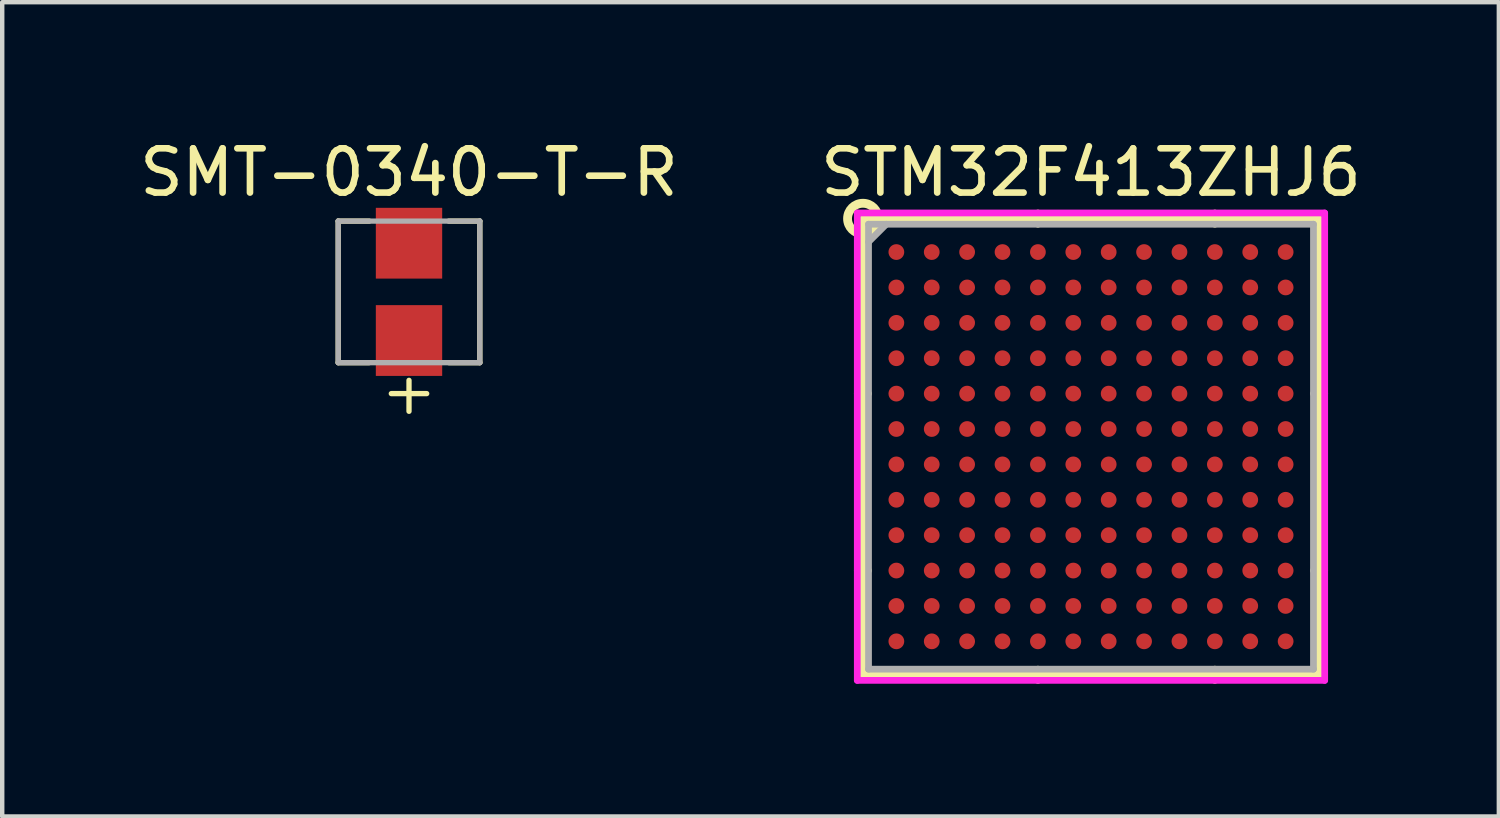
<source format=kicad_pcb>
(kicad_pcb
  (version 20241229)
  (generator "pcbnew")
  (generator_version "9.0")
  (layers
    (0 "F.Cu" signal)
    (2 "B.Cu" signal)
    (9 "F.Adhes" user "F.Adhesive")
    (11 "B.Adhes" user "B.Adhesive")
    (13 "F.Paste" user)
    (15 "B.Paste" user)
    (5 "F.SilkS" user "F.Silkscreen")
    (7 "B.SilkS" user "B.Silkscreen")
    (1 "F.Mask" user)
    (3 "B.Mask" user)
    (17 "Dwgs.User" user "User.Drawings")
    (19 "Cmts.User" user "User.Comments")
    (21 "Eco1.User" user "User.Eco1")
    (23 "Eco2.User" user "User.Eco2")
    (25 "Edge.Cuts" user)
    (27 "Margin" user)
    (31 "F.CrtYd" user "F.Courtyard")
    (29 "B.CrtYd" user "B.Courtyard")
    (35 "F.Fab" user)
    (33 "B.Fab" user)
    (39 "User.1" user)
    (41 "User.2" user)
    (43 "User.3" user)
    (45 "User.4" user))
  (footprint "SMT-0340-T-R"
    (layer "F.Cu")
    (at 6.196 3.548)
    (property "Reference" "SMT-0340-T-R" (at 0 -2.7 0) (layer "F.SilkS") (effects (font (size 1 1) (thickness 0.15))))
    (attr through_hole)
    (fp_line (start -1.6 -1.6) (end -1.6 1.6) (stroke (width 0.12) (type solid)) (layer "F.SilkS"))
    (fp_line (start -1.6 1.6) (end -0.9 1.6) (stroke (width 0.12) (type solid)) (layer "F.SilkS"))
    (fp_line (start -0.9 -1.6) (end -1.6 -1.6) (stroke (width 0.12) (type solid)) (layer "F.SilkS"))
    (fp_line (start -0.4 2.3) (end 0.4 2.3) (stroke (width 0.12) (type solid)) (layer "F.SilkS"))
    (fp_line (start 0 2.7) (end 0 2) (stroke (width 0.12) (type solid)) (layer "F.SilkS"))
    (fp_line (start 0.9 1.6) (end 1.6 1.6) (stroke (width 0.12) (type solid)) (layer "F.SilkS"))
    (fp_line (start 1.6 -1.6) (end 0.9 -1.6) (stroke (width 0.12) (type solid)) (layer "F.SilkS"))
    (fp_line (start 1.6 1.6) (end 1.6 -1.6) (stroke (width 0.12) (type solid)) (layer "F.SilkS"))
    (fp_line (start -1.6 -1.6) (end -1.6 1.6) (stroke (width 0.12) (type solid)) (layer "F.Fab"))
    (fp_line (start -1.6 1.6) (end 1.6 1.6) (stroke (width 0.12) (type solid)) (layer "F.Fab"))
    (fp_line (start 1.6 -1.6) (end -1.6 -1.6) (stroke (width 0.12) (type solid)) (layer "F.Fab"))
    (fp_line (start 1.6 1.6) (end 1.6 -1.6) (stroke (width 0.12) (type solid)) (layer "F.Fab"))
    (pad "1" smd rect (at 0 1.1) (size 1.5 1.6) (layers "F.Cu" "F.Mask" "F.Paste"))
    (pad "2" smd rect (at 0 -1.1) (size 1.5 1.6) (layers "F.Cu" "F.Mask" "F.Paste")))
  (footprint "STM32F413ZHJ6"
    (layer "F.Cu")
    (at 21.613 7.048)
    (property "Reference" "STM32F413ZHJ6" (at 0 -6.2 0) (layer "F.SilkS") (effects (font (size 1 1) (thickness 0.15))))
    (attr through_hole)
    (fp_line (start -5.156 -5.156) (end -5.156 5.156) (stroke (width 0.152) (type solid)) (layer "F.SilkS"))
    (fp_line (start -5.156 5.156) (end 5.156 5.156) (stroke (width 0.152) (type solid)) (layer "F.SilkS"))
    (fp_line (start -5.029 -1.2) (end -5.283 -1.2) (stroke (width 0.152) (type solid)) (layer "F.SilkS"))
    (fp_line (start -5.029 2.8) (end -5.283 2.8) (stroke (width 0.152) (type solid)) (layer "F.SilkS"))
    (fp_line (start -1.2 -5.029) (end -1.2 -5.283) (stroke (width 0.152) (type solid)) (layer "F.SilkS"))
    (fp_line (start -1.2 5.029) (end -1.2 5.283) (stroke (width 0.152) (type solid)) (layer "F.SilkS"))
    (fp_line (start 2.8 -5.029) (end 2.8 -5.283) (stroke (width 0.152) (type solid)) (layer "F.SilkS"))
    (fp_line (start 2.8 5.029) (end 2.8 5.283) (stroke (width 0.152) (type solid)) (layer "F.SilkS"))
    (fp_line (start 5.029 -1.2) (end 5.283 -1.2) (stroke (width 0.152) (type solid)) (layer "F.SilkS"))
    (fp_line (start 5.029 2.8) (end 5.283 2.8) (stroke (width 0.152) (type solid)) (layer "F.SilkS"))
    (fp_line (start 5.156 -5.156) (end -5.156 -5.156) (stroke (width 0.152) (type solid)) (layer "F.SilkS"))
    (fp_line (start 5.156 5.156) (end 5.156 -5.156) (stroke (width 0.152) (type solid)) (layer "F.SilkS"))
    (fp_circle (center -5.156 -5.156) (end -4.809 -5.156) (stroke (width 0.2) (type solid)) (fill no) (layer "F.SilkS"))
    (fp_line (start -5.283 -5.283) (end 5.283 -5.283) (stroke (width 0.152) (type solid)) (layer "F.CrtYd"))
    (fp_line (start -5.283 5.283) (end -5.283 -5.283) (stroke (width 0.152) (type solid)) (layer "F.CrtYd"))
    (fp_line (start 5.283 -5.283) (end 5.283 5.283) (stroke (width 0.152) (type solid)) (layer "F.CrtYd"))
    (fp_line (start 5.283 5.283) (end -5.283 5.283) (stroke (width 0.152) (type solid)) (layer "F.CrtYd"))
    (fp_line (start -5.029 -5.029) (end -5.029 5.029) (stroke (width 0.152) (type solid)) (layer "F.Fab"))
    (fp_line (start -5.029 5.029) (end 5.029 5.029) (stroke (width 0.152) (type solid)) (layer "F.Fab"))
    (fp_line (start -4.629 -5.029) (end -5.029 -4.629) (stroke (width 0.152) (type solid)) (layer "F.Fab"))
    (fp_line (start 5.029 -5.029) (end -5.029 -5.029) (stroke (width 0.152) (type solid)) (layer "F.Fab"))
    (fp_line (start 5.029 5.029) (end 5.029 -5.029) (stroke (width 0.152) (type solid)) (layer "F.Fab"))
    (pad "A1" smd circle (at -4.4 -4.4) (size 0.356 0.356) (layers "F.Cu" "F.Mask" "F.Paste"))
    (pad "A2" smd circle (at -3.6 -4.4) (size 0.356 0.356) (layers "F.Cu" "F.Mask" "F.Paste"))
    (pad "A3" smd circle (at -2.8 -4.4) (size 0.356 0.356) (layers "F.Cu" "F.Mask" "F.Paste"))
    (pad "A4" smd circle (at -2 -4.4) (size 0.356 0.356) (layers "F.Cu" "F.Mask" "F.Paste"))
    (pad "A5" smd circle (at -1.2 -4.4) (size 0.356 0.356) (layers "F.Cu" "F.Mask" "F.Paste"))
    (pad "A6" smd circle (at -0.4 -4.4) (size 0.356 0.356) (layers "F.Cu" "F.Mask" "F.Paste"))
    (pad "A7" smd circle (at 0.4 -4.4) (size 0.356 0.356) (layers "F.Cu" "F.Mask" "F.Paste"))
    (pad "A8" smd circle (at 1.2 -4.4) (size 0.356 0.356) (layers "F.Cu" "F.Mask" "F.Paste"))
    (pad "A9" smd circle (at 2 -4.4) (size 0.356 0.356) (layers "F.Cu" "F.Mask" "F.Paste"))
    (pad "A10" smd circle (at 2.8 -4.4) (size 0.356 0.356) (layers "F.Cu" "F.Mask" "F.Paste"))
    (pad "A11" smd circle (at 3.6 -4.4) (size 0.356 0.356) (layers "F.Cu" "F.Mask" "F.Paste"))
    (pad "A12" smd circle (at 4.4 -4.4) (size 0.356 0.356) (layers "F.Cu" "F.Mask" "F.Paste"))
    (pad "B1" smd circle (at -4.4 -3.6) (size 0.356 0.356) (layers "F.Cu" "F.Mask" "F.Paste"))
    (pad "B2" smd circle (at -3.6 -3.6) (size 0.356 0.356) (layers "F.Cu" "F.Mask" "F.Paste"))
    (pad "B3" smd circle (at -2.8 -3.6) (size 0.356 0.356) (layers "F.Cu" "F.Mask" "F.Paste"))
    (pad "B4" smd circle (at -2 -3.6) (size 0.356 0.356) (layers "F.Cu" "F.Mask" "F.Paste"))
    (pad "B5" smd circle (at -1.2 -3.6) (size 0.356 0.356) (layers "F.Cu" "F.Mask" "F.Paste"))
    (pad "B6" smd circle (at -0.4 -3.6) (size 0.356 0.356) (layers "F.Cu" "F.Mask" "F.Paste"))
    (pad "B7" smd circle (at 0.4 -3.6) (size 0.356 0.356) (layers "F.Cu" "F.Mask" "F.Paste"))
    (pad "B8" smd circle (at 1.2 -3.6) (size 0.356 0.356) (layers "F.Cu" "F.Mask" "F.Paste"))
    (pad "B9" smd circle (at 2 -3.6) (size 0.356 0.356) (layers "F.Cu" "F.Mask" "F.Paste"))
    (pad "B10" smd circle (at 2.8 -3.6) (size 0.356 0.356) (layers "F.Cu" "F.Mask" "F.Paste"))
    (pad "B11" smd circle (at 3.6 -3.6) (size 0.356 0.356) (layers "F.Cu" "F.Mask" "F.Paste"))
    (pad "B12" smd circle (at 4.4 -3.6) (size 0.356 0.356) (layers "F.Cu" "F.Mask" "F.Paste"))
    (pad "C1" smd circle (at -4.4 -2.8) (size 0.356 0.356) (layers "F.Cu" "F.Mask" "F.Paste"))
    (pad "C2" smd circle (at -3.6 -2.8) (size 0.356 0.356) (layers "F.Cu" "F.Mask" "F.Paste"))
    (pad "C3" smd circle (at -2.8 -2.8) (size 0.356 0.356) (layers "F.Cu" "F.Mask" "F.Paste"))
    (pad "C4" smd circle (at -2 -2.8) (size 0.356 0.356) (layers "F.Cu" "F.Mask" "F.Paste"))
    (pad "C5" smd circle (at -1.2 -2.8) (size 0.356 0.356) (layers "F.Cu" "F.Mask" "F.Paste"))
    (pad "C6" smd circle (at -0.4 -2.8) (size 0.356 0.356) (layers "F.Cu" "F.Mask" "F.Paste"))
    (pad "C7" smd circle (at 0.4 -2.8) (size 0.356 0.356) (layers "F.Cu" "F.Mask" "F.Paste"))
    (pad "C8" smd circle (at 1.2 -2.8) (size 0.356 0.356) (layers "F.Cu" "F.Mask" "F.Paste"))
    (pad "C9" smd circle (at 2 -2.8) (size 0.356 0.356) (layers "F.Cu" "F.Mask" "F.Paste"))
    (pad "C10" smd circle (at 2.8 -2.8) (size 0.356 0.356) (layers "F.Cu" "F.Mask" "F.Paste"))
    (pad "C11" smd circle (at 3.6 -2.8) (size 0.356 0.356) (layers "F.Cu" "F.Mask" "F.Paste"))
    (pad "C12" smd circle (at 4.4 -2.8) (size 0.356 0.356) (layers "F.Cu" "F.Mask" "F.Paste"))
    (pad "D1" smd circle (at -4.4 -2) (size 0.356 0.356) (layers "F.Cu" "F.Mask" "F.Paste"))
    (pad "D2" smd circle (at -3.6 -2) (size 0.356 0.356) (layers "F.Cu" "F.Mask" "F.Paste"))
    (pad "D3" smd circle (at -2.8 -2) (size 0.356 0.356) (layers "F.Cu" "F.Mask" "F.Paste"))
    (pad "D4" smd circle (at -2 -2) (size 0.356 0.356) (layers "F.Cu" "F.Mask" "F.Paste"))
    (pad "D5" smd circle (at -1.2 -2) (size 0.356 0.356) (layers "F.Cu" "F.Mask" "F.Paste"))
    (pad "D6" smd circle (at -0.4 -2) (size 0.356 0.356) (layers "F.Cu" "F.Mask" "F.Paste"))
    (pad "D7" smd circle (at 0.4 -2) (size 0.356 0.356) (layers "F.Cu" "F.Mask" "F.Paste"))
    (pad "D8" smd circle (at 1.2 -2) (size 0.356 0.356) (layers "F.Cu" "F.Mask" "F.Paste"))
    (pad "D9" smd circle (at 2 -2) (size 0.356 0.356) (layers "F.Cu" "F.Mask" "F.Paste"))
    (pad "D10" smd circle (at 2.8 -2) (size 0.356 0.356) (layers "F.Cu" "F.Mask" "F.Paste"))
    (pad "D11" smd circle (at 3.6 -2) (size 0.356 0.356) (layers "F.Cu" "F.Mask" "F.Paste"))
    (pad "D12" smd circle (at 4.4 -2) (size 0.356 0.356) (layers "F.Cu" "F.Mask" "F.Paste"))
    (pad "E1" smd circle (at -4.4 -1.2) (size 0.356 0.356) (layers "F.Cu" "F.Mask" "F.Paste"))
    (pad "E2" smd circle (at -3.6 -1.2) (size 0.356 0.356) (layers "F.Cu" "F.Mask" "F.Paste"))
    (pad "E3" smd circle (at -2.8 -1.2) (size 0.356 0.356) (layers "F.Cu" "F.Mask" "F.Paste"))
    (pad "E4" smd circle (at -2 -1.2) (size 0.356 0.356) (layers "F.Cu" "F.Mask" "F.Paste"))
    (pad "E5" smd circle (at -1.2 -1.2) (size 0.356 0.356) (layers "F.Cu" "F.Mask" "F.Paste"))
    (pad "E6" smd circle (at -0.4 -1.2) (size 0.356 0.356) (layers "F.Cu" "F.Mask" "F.Paste"))
    (pad "E7" smd circle (at 0.4 -1.2) (size 0.356 0.356) (layers "F.Cu" "F.Mask" "F.Paste"))
    (pad "E8" smd circle (at 1.2 -1.2) (size 0.356 0.356) (layers "F.Cu" "F.Mask" "F.Paste"))
    (pad "E9" smd circle (at 2 -1.2) (size 0.356 0.356) (layers "F.Cu" "F.Mask" "F.Paste"))
    (pad "E10" smd circle (at 2.8 -1.2) (size 0.356 0.356) (layers "F.Cu" "F.Mask" "F.Paste"))
    (pad "E11" smd circle (at 3.6 -1.2) (size 0.356 0.356) (layers "F.Cu" "F.Mask" "F.Paste"))
    (pad "E12" smd circle (at 4.4 -1.2) (size 0.356 0.356) (layers "F.Cu" "F.Mask" "F.Paste"))
    (pad "F1" smd circle (at -4.4 -0.4) (size 0.356 0.356) (layers "F.Cu" "F.Mask" "F.Paste"))
    (pad "F2" smd circle (at -3.6 -0.4) (size 0.356 0.356) (layers "F.Cu" "F.Mask" "F.Paste"))
    (pad "F3" smd circle (at -2.8 -0.4) (size 0.356 0.356) (layers "F.Cu" "F.Mask" "F.Paste"))
    (pad "F4" smd circle (at -2 -0.4) (size 0.356 0.356) (layers "F.Cu" "F.Mask" "F.Paste"))
    (pad "F5" smd circle (at -1.2 -0.4) (size 0.356 0.356) (layers "F.Cu" "F.Mask" "F.Paste"))
    (pad "F6" smd circle (at -0.4 -0.4) (size 0.356 0.356) (layers "F.Cu" "F.Mask" "F.Paste"))
    (pad "F7" smd circle (at 0.4 -0.4) (size 0.356 0.356) (layers "F.Cu" "F.Mask" "F.Paste"))
    (pad "F8" smd circle (at 1.2 -0.4) (size 0.356 0.356) (layers "F.Cu" "F.Mask" "F.Paste"))
    (pad "F9" smd circle (at 2 -0.4) (size 0.356 0.356) (layers "F.Cu" "F.Mask" "F.Paste"))
    (pad "F10" smd circle (at 2.8 -0.4) (size 0.356 0.356) (layers "F.Cu" "F.Mask" "F.Paste"))
    (pad "F11" smd circle (at 3.6 -0.4) (size 0.356 0.356) (layers "F.Cu" "F.Mask" "F.Paste"))
    (pad "F12" smd circle (at 4.4 -0.4) (size 0.356 0.356) (layers "F.Cu" "F.Mask" "F.Paste"))
    (pad "G1" smd circle (at -4.4 0.4) (size 0.356 0.356) (layers "F.Cu" "F.Mask" "F.Paste"))
    (pad "G2" smd circle (at -3.6 0.4) (size 0.356 0.356) (layers "F.Cu" "F.Mask" "F.Paste"))
    (pad "G3" smd circle (at -2.8 0.4) (size 0.356 0.356) (layers "F.Cu" "F.Mask" "F.Paste"))
    (pad "G4" smd circle (at -2 0.4) (size 0.356 0.356) (layers "F.Cu" "F.Mask" "F.Paste"))
    (pad "G5" smd circle (at -1.2 0.4) (size 0.356 0.356) (layers "F.Cu" "F.Mask" "F.Paste"))
    (pad "G6" smd circle (at -0.4 0.4) (size 0.356 0.356) (layers "F.Cu" "F.Mask" "F.Paste"))
    (pad "G7" smd circle (at 0.4 0.4) (size 0.356 0.356) (layers "F.Cu" "F.Mask" "F.Paste"))
    (pad "G8" smd circle (at 1.2 0.4) (size 0.356 0.356) (layers "F.Cu" "F.Mask" "F.Paste"))
    (pad "G9" smd circle (at 2 0.4) (size 0.356 0.356) (layers "F.Cu" "F.Mask" "F.Paste"))
    (pad "G10" smd circle (at 2.8 0.4) (size 0.356 0.356) (layers "F.Cu" "F.Mask" "F.Paste"))
    (pad "G11" smd circle (at 3.6 0.4) (size 0.356 0.356) (layers "F.Cu" "F.Mask" "F.Paste"))
    (pad "G12" smd circle (at 4.4 0.4) (size 0.356 0.356) (layers "F.Cu" "F.Mask" "F.Paste"))
    (pad "H1" smd circle (at -4.4 1.2) (size 0.356 0.356) (layers "F.Cu" "F.Mask" "F.Paste"))
    (pad "H2" smd circle (at -3.6 1.2) (size 0.356 0.356) (layers "F.Cu" "F.Mask" "F.Paste"))
    (pad "H3" smd circle (at -2.8 1.2) (size 0.356 0.356) (layers "F.Cu" "F.Mask" "F.Paste"))
    (pad "H4" smd circle (at -2 1.2) (size 0.356 0.356) (layers "F.Cu" "F.Mask" "F.Paste"))
    (pad "H5" smd circle (at -1.2 1.2) (size 0.356 0.356) (layers "F.Cu" "F.Mask" "F.Paste"))
    (pad "H6" smd circle (at -0.4 1.2) (size 0.356 0.356) (layers "F.Cu" "F.Mask" "F.Paste"))
    (pad "H7" smd circle (at 0.4 1.2) (size 0.356 0.356) (layers "F.Cu" "F.Mask" "F.Paste"))
    (pad "H8" smd circle (at 1.2 1.2) (size 0.356 0.356) (layers "F.Cu" "F.Mask" "F.Paste"))
    (pad "H9" smd circle (at 2 1.2) (size 0.356 0.356) (layers "F.Cu" "F.Mask" "F.Paste"))
    (pad "H10" smd circle (at 2.8 1.2) (size 0.356 0.356) (layers "F.Cu" "F.Mask" "F.Paste"))
    (pad "H11" smd circle (at 3.6 1.2) (size 0.356 0.356) (layers "F.Cu" "F.Mask" "F.Paste"))
    (pad "H12" smd circle (at 4.4 1.2) (size 0.356 0.356) (layers "F.Cu" "F.Mask" "F.Paste"))
    (pad "J1" smd circle (at -4.4 2) (size 0.356 0.356) (layers "F.Cu" "F.Mask" "F.Paste"))
    (pad "J2" smd circle (at -3.6 2) (size 0.356 0.356) (layers "F.Cu" "F.Mask" "F.Paste"))
    (pad "J3" smd circle (at -2.8 2) (size 0.356 0.356) (layers "F.Cu" "F.Mask" "F.Paste"))
    (pad "J4" smd circle (at -2 2) (size 0.356 0.356) (layers "F.Cu" "F.Mask" "F.Paste"))
    (pad "J5" smd circle (at -1.2 2) (size 0.356 0.356) (layers "F.Cu" "F.Mask" "F.Paste"))
    (pad "J6" smd circle (at -0.4 2) (size 0.356 0.356) (layers "F.Cu" "F.Mask" "F.Paste"))
    (pad "J7" smd circle (at 0.4 2) (size 0.356 0.356) (layers "F.Cu" "F.Mask" "F.Paste"))
    (pad "J8" smd circle (at 1.2 2) (size 0.356 0.356) (layers "F.Cu" "F.Mask" "F.Paste"))
    (pad "J9" smd circle (at 2 2) (size 0.356 0.356) (layers "F.Cu" "F.Mask" "F.Paste"))
    (pad "J10" smd circle (at 2.8 2) (size 0.356 0.356) (layers "F.Cu" "F.Mask" "F.Paste"))
    (pad "J11" smd circle (at 3.6 2) (size 0.356 0.356) (layers "F.Cu" "F.Mask" "F.Paste"))
    (pad "J12" smd circle (at 4.4 2) (size 0.356 0.356) (layers "F.Cu" "F.Mask" "F.Paste"))
    (pad "K1" smd circle (at -4.4 2.8) (size 0.356 0.356) (layers "F.Cu" "F.Mask" "F.Paste"))
    (pad "K2" smd circle (at -3.6 2.8) (size 0.356 0.356) (layers "F.Cu" "F.Mask" "F.Paste"))
    (pad "K3" smd circle (at -2.8 2.8) (size 0.356 0.356) (layers "F.Cu" "F.Mask" "F.Paste"))
    (pad "K4" smd circle (at -2 2.8) (size 0.356 0.356) (layers "F.Cu" "F.Mask" "F.Paste"))
    (pad "K5" smd circle (at -1.2 2.8) (size 0.356 0.356) (layers "F.Cu" "F.Mask" "F.Paste"))
    (pad "K6" smd circle (at -0.4 2.8) (size 0.356 0.356) (layers "F.Cu" "F.Mask" "F.Paste"))
    (pad "K7" smd circle (at 0.4 2.8) (size 0.356 0.356) (layers "F.Cu" "F.Mask" "F.Paste"))
    (pad "K8" smd circle (at 1.2 2.8) (size 0.356 0.356) (layers "F.Cu" "F.Mask" "F.Paste"))
    (pad "K9" smd circle (at 2 2.8) (size 0.356 0.356) (layers "F.Cu" "F.Mask" "F.Paste"))
    (pad "K10" smd circle (at 2.8 2.8) (size 0.356 0.356) (layers "F.Cu" "F.Mask" "F.Paste"))
    (pad "K11" smd circle (at 3.6 2.8) (size 0.356 0.356) (layers "F.Cu" "F.Mask" "F.Paste"))
    (pad "K12" smd circle (at 4.4 2.8) (size 0.356 0.356) (layers "F.Cu" "F.Mask" "F.Paste"))
    (pad "L1" smd circle (at -4.4 3.6) (size 0.356 0.356) (layers "F.Cu" "F.Mask" "F.Paste"))
    (pad "L2" smd circle (at -3.6 3.6) (size 0.356 0.356) (layers "F.Cu" "F.Mask" "F.Paste"))
    (pad "L3" smd circle (at -2.8 3.6) (size 0.356 0.356) (layers "F.Cu" "F.Mask" "F.Paste"))
    (pad "L4" smd circle (at -2 3.6) (size 0.356 0.356) (layers "F.Cu" "F.Mask" "F.Paste"))
    (pad "L5" smd circle (at -1.2 3.6) (size 0.356 0.356) (layers "F.Cu" "F.Mask" "F.Paste"))
    (pad "L6" smd circle (at -0.4 3.6) (size 0.356 0.356) (layers "F.Cu" "F.Mask" "F.Paste"))
    (pad "L7" smd circle (at 0.4 3.6) (size 0.356 0.356) (layers "F.Cu" "F.Mask" "F.Paste"))
    (pad "L8" smd circle (at 1.2 3.6) (size 0.356 0.356) (layers "F.Cu" "F.Mask" "F.Paste"))
    (pad "L9" smd circle (at 2 3.6) (size 0.356 0.356) (layers "F.Cu" "F.Mask" "F.Paste"))
    (pad "L10" smd circle (at 2.8 3.6) (size 0.356 0.356) (layers "F.Cu" "F.Mask" "F.Paste"))
    (pad "L11" smd circle (at 3.6 3.6) (size 0.356 0.356) (layers "F.Cu" "F.Mask" "F.Paste"))
    (pad "L12" smd circle (at 4.4 3.6) (size 0.356 0.356) (layers "F.Cu" "F.Mask" "F.Paste"))
    (pad "M1" smd circle (at -4.4 4.4) (size 0.356 0.356) (layers "F.Cu" "F.Mask" "F.Paste"))
    (pad "M2" smd circle (at -3.6 4.4) (size 0.356 0.356) (layers "F.Cu" "F.Mask" "F.Paste"))
    (pad "M3" smd circle (at -2.8 4.4) (size 0.356 0.356) (layers "F.Cu" "F.Mask" "F.Paste"))
    (pad "M4" smd circle (at -2 4.4) (size 0.356 0.356) (layers "F.Cu" "F.Mask" "F.Paste"))
    (pad "M5" smd circle (at -1.2 4.4) (size 0.356 0.356) (layers "F.Cu" "F.Mask" "F.Paste"))
    (pad "M6" smd circle (at -0.4 4.4) (size 0.356 0.356) (layers "F.Cu" "F.Mask" "F.Paste"))
    (pad "M7" smd circle (at 0.4 4.4) (size 0.356 0.356) (layers "F.Cu" "F.Mask" "F.Paste"))
    (pad "M8" smd circle (at 1.2 4.4) (size 0.356 0.356) (layers "F.Cu" "F.Mask" "F.Paste"))
    (pad "M9" smd circle (at 2 4.4) (size 0.356 0.356) (layers "F.Cu" "F.Mask" "F.Paste"))
    (pad "M10" smd circle (at 2.8 4.4) (size 0.356 0.356) (layers "F.Cu" "F.Mask" "F.Paste"))
    (pad "M11" smd circle (at 3.6 4.4) (size 0.356 0.356) (layers "F.Cu" "F.Mask" "F.Paste"))
    (pad "M12" smd circle (at 4.4 4.4) (size 0.356 0.356) (layers "F.Cu" "F.Mask" "F.Paste")))
  (gr_rect
    (start -3 -3)
    (end 30.833 15.408)
    (stroke (width 0.1) (type default))
    (fill no)
    (layer "Edge.Cuts")))
</source>
